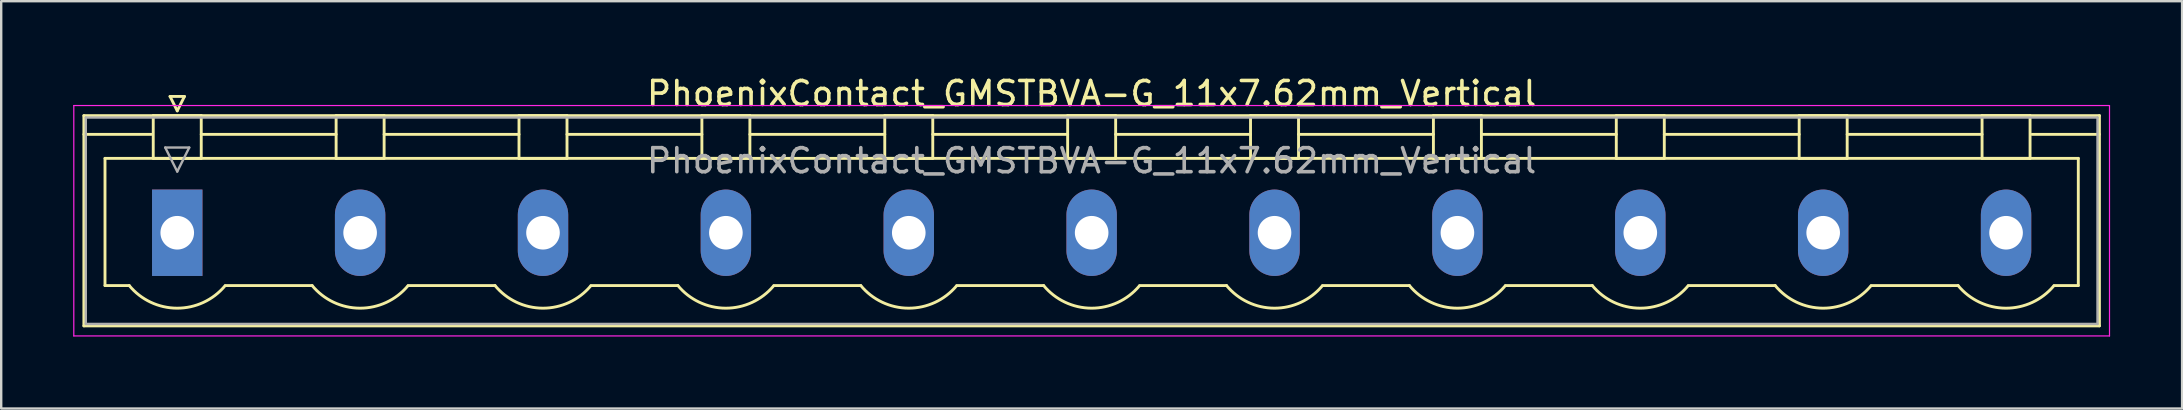
<source format=kicad_pcb>
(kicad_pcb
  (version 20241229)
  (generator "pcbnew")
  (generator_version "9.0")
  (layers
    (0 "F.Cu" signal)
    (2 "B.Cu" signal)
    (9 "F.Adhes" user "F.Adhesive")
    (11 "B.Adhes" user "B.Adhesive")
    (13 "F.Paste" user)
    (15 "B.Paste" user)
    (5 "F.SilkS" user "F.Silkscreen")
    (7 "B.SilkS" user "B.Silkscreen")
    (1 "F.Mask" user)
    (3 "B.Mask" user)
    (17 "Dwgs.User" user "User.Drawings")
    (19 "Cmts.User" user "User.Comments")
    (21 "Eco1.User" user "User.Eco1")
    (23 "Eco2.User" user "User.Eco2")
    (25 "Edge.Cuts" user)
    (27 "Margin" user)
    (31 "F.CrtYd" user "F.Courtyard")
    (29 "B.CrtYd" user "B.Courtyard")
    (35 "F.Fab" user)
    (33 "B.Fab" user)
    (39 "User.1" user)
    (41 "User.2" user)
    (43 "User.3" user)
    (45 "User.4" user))
  (footprint "PhoenixContact_GMSTBVA-G_11x7.62mm_Vertical"
    (layer "F.Cu")
    (at 4.335 6.648)
    (property "Reference" "PhoenixContact_GMSTBVA-G_11x7.62mm_Vertical" (at 38.1 -5.8 0) (layer "F.SilkS") (effects (font (size 1 1) (thickness 0.15))))
    (attr through_hole)
    (fp_line (start -3.89 -4.88) (end -3.89 3.88) (stroke (width 0.12) (type solid)) (layer "F.SilkS"))
    (fp_line (start -3.89 -4.1) (end -1.08 -4.1) (stroke (width 0.12) (type solid)) (layer "F.SilkS"))
    (fp_line (start -3.89 3.88) (end 80.09 3.88) (stroke (width 0.12) (type solid)) (layer "F.SilkS"))
    (fp_line (start -3.01 -3.1) (end 79.21 -3.1) (stroke (width 0.12) (type solid)) (layer "F.SilkS"))
    (fp_line (start -3.01 2.2) (end -3.01 -3.1) (stroke (width 0.12) (type solid)) (layer "F.SilkS"))
    (fp_line (start -2 2.2) (end -3.01 2.2) (stroke (width 0.12) (type solid)) (layer "F.SilkS"))
    (fp_line (start -1 -4.88) (end 1 -4.88) (stroke (width 0.12) (type solid)) (layer "F.SilkS"))
    (fp_line (start -1 -3.1) (end -1 -4.88) (stroke (width 0.12) (type solid)) (layer "F.SilkS"))
    (fp_line (start -0.3 -5.68) (end 0.3 -5.68) (stroke (width 0.12) (type solid)) (layer "F.SilkS"))
    (fp_line (start 0 -5.08) (end -0.3 -5.68) (stroke (width 0.12) (type solid)) (layer "F.SilkS"))
    (fp_line (start 0.3 -5.68) (end 0 -5.08) (stroke (width 0.12) (type solid)) (layer "F.SilkS"))
    (fp_line (start 1 -4.88) (end 1 -3.1) (stroke (width 0.12) (type solid)) (layer "F.SilkS"))
    (fp_line (start 1 -4.1) (end 6.62 -4.1) (stroke (width 0.12) (type solid)) (layer "F.SilkS"))
    (fp_line (start 1 -3.1) (end -1 -3.1) (stroke (width 0.12) (type solid)) (layer "F.SilkS"))
    (fp_line (start 2 2.2) (end 5.62 2.2) (stroke (width 0.12) (type solid)) (layer "F.SilkS"))
    (fp_line (start 6.62 -4.88) (end 8.62 -4.88) (stroke (width 0.12) (type solid)) (layer "F.SilkS"))
    (fp_line (start 6.62 -3.1) (end 6.62 -4.88) (stroke (width 0.12) (type solid)) (layer "F.SilkS"))
    (fp_line (start 8.62 -4.88) (end 8.62 -3.1) (stroke (width 0.12) (type solid)) (layer "F.SilkS"))
    (fp_line (start 8.62 -4.1) (end 14.24 -4.1) (stroke (width 0.12) (type solid)) (layer "F.SilkS"))
    (fp_line (start 8.62 -3.1) (end 6.62 -3.1) (stroke (width 0.12) (type solid)) (layer "F.SilkS"))
    (fp_line (start 9.62 2.2) (end 13.24 2.2) (stroke (width 0.12) (type solid)) (layer "F.SilkS"))
    (fp_line (start 14.24 -4.88) (end 16.24 -4.88) (stroke (width 0.12) (type solid)) (layer "F.SilkS"))
    (fp_line (start 14.24 -3.1) (end 14.24 -4.88) (stroke (width 0.12) (type solid)) (layer "F.SilkS"))
    (fp_line (start 16.24 -4.88) (end 16.24 -3.1) (stroke (width 0.12) (type solid)) (layer "F.SilkS"))
    (fp_line (start 16.24 -4.1) (end 21.86 -4.1) (stroke (width 0.12) (type solid)) (layer "F.SilkS"))
    (fp_line (start 16.24 -3.1) (end 14.24 -3.1) (stroke (width 0.12) (type solid)) (layer "F.SilkS"))
    (fp_line (start 17.24 2.2) (end 20.86 2.2) (stroke (width 0.12) (type solid)) (layer "F.SilkS"))
    (fp_line (start 21.86 -4.88) (end 23.86 -4.88) (stroke (width 0.12) (type solid)) (layer "F.SilkS"))
    (fp_line (start 21.86 -3.1) (end 21.86 -4.88) (stroke (width 0.12) (type solid)) (layer "F.SilkS"))
    (fp_line (start 23.86 -4.88) (end 23.86 -3.1) (stroke (width 0.12) (type solid)) (layer "F.SilkS"))
    (fp_line (start 23.86 -4.1) (end 29.48 -4.1) (stroke (width 0.12) (type solid)) (layer "F.SilkS"))
    (fp_line (start 23.86 -3.1) (end 21.86 -3.1) (stroke (width 0.12) (type solid)) (layer "F.SilkS"))
    (fp_line (start 24.86 2.2) (end 28.48 2.2) (stroke (width 0.12) (type solid)) (layer "F.SilkS"))
    (fp_line (start 29.48 -4.88) (end 31.48 -4.88) (stroke (width 0.12) (type solid)) (layer "F.SilkS"))
    (fp_line (start 29.48 -3.1) (end 29.48 -4.88) (stroke (width 0.12) (type solid)) (layer "F.SilkS"))
    (fp_line (start 31.48 -4.88) (end 31.48 -3.1) (stroke (width 0.12) (type solid)) (layer "F.SilkS"))
    (fp_line (start 31.48 -4.1) (end 37.1 -4.1) (stroke (width 0.12) (type solid)) (layer "F.SilkS"))
    (fp_line (start 31.48 -3.1) (end 29.48 -3.1) (stroke (width 0.12) (type solid)) (layer "F.SilkS"))
    (fp_line (start 32.48 2.2) (end 36.1 2.2) (stroke (width 0.12) (type solid)) (layer "F.SilkS"))
    (fp_line (start 37.1 -4.88) (end 39.1 -4.88) (stroke (width 0.12) (type solid)) (layer "F.SilkS"))
    (fp_line (start 37.1 -3.1) (end 37.1 -4.88) (stroke (width 0.12) (type solid)) (layer "F.SilkS"))
    (fp_line (start 39.1 -4.88) (end 39.1 -3.1) (stroke (width 0.12) (type solid)) (layer "F.SilkS"))
    (fp_line (start 39.1 -4.1) (end 44.72 -4.1) (stroke (width 0.12) (type solid)) (layer "F.SilkS"))
    (fp_line (start 39.1 -3.1) (end 37.1 -3.1) (stroke (width 0.12) (type solid)) (layer "F.SilkS"))
    (fp_line (start 40.1 2.2) (end 43.72 2.2) (stroke (width 0.12) (type solid)) (layer "F.SilkS"))
    (fp_line (start 44.72 -4.88) (end 46.72 -4.88) (stroke (width 0.12) (type solid)) (layer "F.SilkS"))
    (fp_line (start 44.72 -3.1) (end 44.72 -4.88) (stroke (width 0.12) (type solid)) (layer "F.SilkS"))
    (fp_line (start 46.72 -4.88) (end 46.72 -3.1) (stroke (width 0.12) (type solid)) (layer "F.SilkS"))
    (fp_line (start 46.72 -4.1) (end 52.34 -4.1) (stroke (width 0.12) (type solid)) (layer "F.SilkS"))
    (fp_line (start 46.72 -3.1) (end 44.72 -3.1) (stroke (width 0.12) (type solid)) (layer "F.SilkS"))
    (fp_line (start 47.72 2.2) (end 51.34 2.2) (stroke (width 0.12) (type solid)) (layer "F.SilkS"))
    (fp_line (start 52.34 -4.88) (end 54.34 -4.88) (stroke (width 0.12) (type solid)) (layer "F.SilkS"))
    (fp_line (start 52.34 -3.1) (end 52.34 -4.88) (stroke (width 0.12) (type solid)) (layer "F.SilkS"))
    (fp_line (start 54.34 -4.88) (end 54.34 -3.1) (stroke (width 0.12) (type solid)) (layer "F.SilkS"))
    (fp_line (start 54.34 -4.1) (end 59.96 -4.1) (stroke (width 0.12) (type solid)) (layer "F.SilkS"))
    (fp_line (start 54.34 -3.1) (end 52.34 -3.1) (stroke (width 0.12) (type solid)) (layer "F.SilkS"))
    (fp_line (start 55.34 2.2) (end 58.96 2.2) (stroke (width 0.12) (type solid)) (layer "F.SilkS"))
    (fp_line (start 59.96 -4.88) (end 61.96 -4.88) (stroke (width 0.12) (type solid)) (layer "F.SilkS"))
    (fp_line (start 59.96 -3.1) (end 59.96 -4.88) (stroke (width 0.12) (type solid)) (layer "F.SilkS"))
    (fp_line (start 61.96 -4.88) (end 61.96 -3.1) (stroke (width 0.12) (type solid)) (layer "F.SilkS"))
    (fp_line (start 61.96 -4.1) (end 67.58 -4.1) (stroke (width 0.12) (type solid)) (layer "F.SilkS"))
    (fp_line (start 61.96 -3.1) (end 59.96 -3.1) (stroke (width 0.12) (type solid)) (layer "F.SilkS"))
    (fp_line (start 62.96 2.2) (end 66.58 2.2) (stroke (width 0.12) (type solid)) (layer "F.SilkS"))
    (fp_line (start 67.58 -4.88) (end 69.58 -4.88) (stroke (width 0.12) (type solid)) (layer "F.SilkS"))
    (fp_line (start 67.58 -3.1) (end 67.58 -4.88) (stroke (width 0.12) (type solid)) (layer "F.SilkS"))
    (fp_line (start 69.58 -4.88) (end 69.58 -3.1) (stroke (width 0.12) (type solid)) (layer "F.SilkS"))
    (fp_line (start 69.58 -4.1) (end 75.2 -4.1) (stroke (width 0.12) (type solid)) (layer "F.SilkS"))
    (fp_line (start 69.58 -3.1) (end 67.58 -3.1) (stroke (width 0.12) (type solid)) (layer "F.SilkS"))
    (fp_line (start 70.58 2.2) (end 74.2 2.2) (stroke (width 0.12) (type solid)) (layer "F.SilkS"))
    (fp_line (start 75.2 -4.88) (end 77.2 -4.88) (stroke (width 0.12) (type solid)) (layer "F.SilkS"))
    (fp_line (start 75.2 -3.1) (end 75.2 -4.88) (stroke (width 0.12) (type solid)) (layer "F.SilkS"))
    (fp_line (start 77.2 -4.88) (end 77.2 -3.1) (stroke (width 0.12) (type solid)) (layer "F.SilkS"))
    (fp_line (start 77.2 -3.1) (end 75.2 -3.1) (stroke (width 0.12) (type solid)) (layer "F.SilkS"))
    (fp_line (start 79.21 -3.1) (end 79.21 2.2) (stroke (width 0.12) (type solid)) (layer "F.SilkS"))
    (fp_line (start 79.21 2.2) (end 78.2 2.2) (stroke (width 0.12) (type solid)) (layer "F.SilkS"))
    (fp_line (start 80.09 -4.88) (end -3.89 -4.88) (stroke (width 0.12) (type solid)) (layer "F.SilkS"))
    (fp_line (start 80.09 -4.1) (end 77.28 -4.1) (stroke (width 0.12) (type solid)) (layer "F.SilkS"))
    (fp_line (start 80.09 3.88) (end 80.09 -4.88) (stroke (width 0.12) (type solid)) (layer "F.SilkS"))
    (fp_arc (start 1.986842 2.215821) (mid -0.010289 3.142758) (end -2 2.2) (stroke (width 0.12) (type solid)) (layer "F.SilkS"))
    (fp_arc (start 9.606842 2.215821) (mid 7.609711 3.142758) (end 5.62 2.2) (stroke (width 0.12) (type solid)) (layer "F.SilkS"))
    (fp_arc (start 17.226842 2.215821) (mid 15.229711 3.142758) (end 13.24 2.2) (stroke (width 0.12) (type solid)) (layer "F.SilkS"))
    (fp_arc (start 24.846842 2.215821) (mid 22.849711 3.142758) (end 20.86 2.2) (stroke (width 0.12) (type solid)) (layer "F.SilkS"))
    (fp_arc (start 32.466842 2.215821) (mid 30.469711 3.142758) (end 28.48 2.2) (stroke (width 0.12) (type solid)) (layer "F.SilkS"))
    (fp_arc (start 40.086842 2.215821) (mid 38.089711 3.142758) (end 36.1 2.2) (stroke (width 0.12) (type solid)) (layer "F.SilkS"))
    (fp_arc (start 47.706842 2.215821) (mid 45.709711 3.142758) (end 43.72 2.2) (stroke (width 0.12) (type solid)) (layer "F.SilkS"))
    (fp_arc (start 55.326842 2.215821) (mid 53.329711 3.142758) (end 51.34 2.2) (stroke (width 0.12) (type solid)) (layer "F.SilkS"))
    (fp_arc (start 62.946842 2.215821) (mid 60.949711 3.142758) (end 58.96 2.2) (stroke (width 0.12) (type solid)) (layer "F.SilkS"))
    (fp_arc (start 70.566842 2.215821) (mid 68.569711 3.142758) (end 66.58 2.2) (stroke (width 0.12) (type solid)) (layer "F.SilkS"))
    (fp_arc (start 78.186842 2.215821) (mid 76.189711 3.142758) (end 74.2 2.2) (stroke (width 0.12) (type solid)) (layer "F.SilkS"))
    (fp_line (start -4.31 -5.3) (end -4.31 4.3) (stroke (width 0.05) (type solid)) (layer "F.CrtYd"))
    (fp_line (start -4.31 4.3) (end 80.51 4.3) (stroke (width 0.05) (type solid)) (layer "F.CrtYd"))
    (fp_line (start 80.51 -5.3) (end -4.31 -5.3) (stroke (width 0.05) (type solid)) (layer "F.CrtYd"))
    (fp_line (start 80.51 4.3) (end 80.51 -5.3) (stroke (width 0.05) (type solid)) (layer "F.CrtYd"))
    (fp_line (start -3.81 -4.8) (end -3.81 3.8) (stroke (width 0.1) (type solid)) (layer "F.Fab"))
    (fp_line (start -3.81 3.8) (end 80.01 3.8) (stroke (width 0.1) (type solid)) (layer "F.Fab"))
    (fp_line (start -0.5 -3.55) (end 0.5 -3.55) (stroke (width 0.1) (type solid)) (layer "F.Fab"))
    (fp_line (start 0 -2.55) (end -0.5 -3.55) (stroke (width 0.1) (type solid)) (layer "F.Fab"))
    (fp_line (start 0.5 -3.55) (end 0 -2.55) (stroke (width 0.1) (type solid)) (layer "F.Fab"))
    (fp_line (start 80.01 -4.8) (end -3.81 -4.8) (stroke (width 0.1) (type solid)) (layer "F.Fab"))
    (fp_line (start 80.01 3.8) (end 80.01 -4.8) (stroke (width 0.1) (type solid)) (layer "F.Fab"))
    (fp_text user "${REFERENCE}" (at 38.1 -3 0) (layer "F.Fab") (effects (font (size 1 1) (thickness 0.15))))
    (pad "1" thru_hole rect (at 0 0) (size 2.1 3.6) (drill 1.4) (layers "*.Cu" "*.Mask"))
    (pad "2" thru_hole oval (at 7.62 0) (size 2.1 3.6) (drill 1.4) (layers "*.Cu" "*.Mask"))
    (pad "3" thru_hole oval (at 15.24 0) (size 2.1 3.6) (drill 1.4) (layers "*.Cu" "*.Mask"))
    (pad "4" thru_hole oval (at 22.86 0) (size 2.1 3.6) (drill 1.4) (layers "*.Cu" "*.Mask"))
    (pad "5" thru_hole oval (at 30.48 0) (size 2.1 3.6) (drill 1.4) (layers "*.Cu" "*.Mask"))
    (pad "6" thru_hole oval (at 38.1 0) (size 2.1 3.6) (drill 1.4) (layers "*.Cu" "*.Mask"))
    (pad "7" thru_hole oval (at 45.72 0) (size 2.1 3.6) (drill 1.4) (layers "*.Cu" "*.Mask"))
    (pad "8" thru_hole oval (at 53.34 0) (size 2.1 3.6) (drill 1.4) (layers "*.Cu" "*.Mask"))
    (pad "9" thru_hole oval (at 60.96 0) (size 2.1 3.6) (drill 1.4) (layers "*.Cu" "*.Mask"))
    (pad "10" thru_hole oval (at 68.58 0) (size 2.1 3.6) (drill 1.4) (layers "*.Cu" "*.Mask"))
    (pad "11" thru_hole oval (at 76.2 0) (size 2.1 3.6) (drill 1.4) (layers "*.Cu" "*.Mask")))
  (gr_rect
    (start -3 -3)
    (end 87.87 13.973)
    (stroke (width 0.1) (type default))
    (fill no)
    (layer "Edge.Cuts")))
</source>
